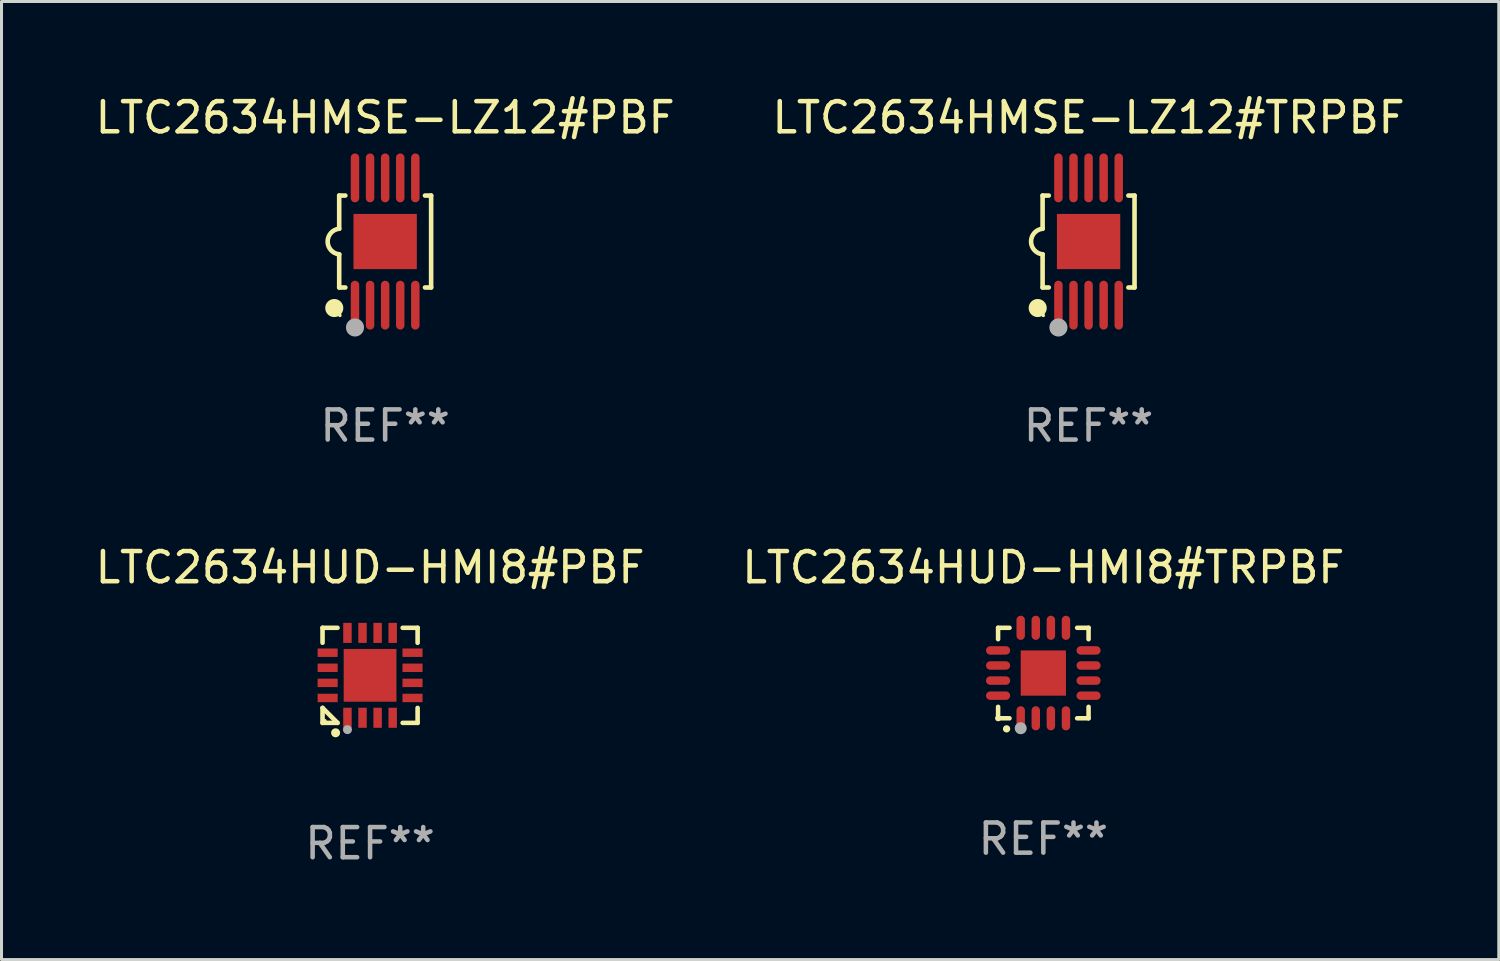
<source format=kicad_pcb>
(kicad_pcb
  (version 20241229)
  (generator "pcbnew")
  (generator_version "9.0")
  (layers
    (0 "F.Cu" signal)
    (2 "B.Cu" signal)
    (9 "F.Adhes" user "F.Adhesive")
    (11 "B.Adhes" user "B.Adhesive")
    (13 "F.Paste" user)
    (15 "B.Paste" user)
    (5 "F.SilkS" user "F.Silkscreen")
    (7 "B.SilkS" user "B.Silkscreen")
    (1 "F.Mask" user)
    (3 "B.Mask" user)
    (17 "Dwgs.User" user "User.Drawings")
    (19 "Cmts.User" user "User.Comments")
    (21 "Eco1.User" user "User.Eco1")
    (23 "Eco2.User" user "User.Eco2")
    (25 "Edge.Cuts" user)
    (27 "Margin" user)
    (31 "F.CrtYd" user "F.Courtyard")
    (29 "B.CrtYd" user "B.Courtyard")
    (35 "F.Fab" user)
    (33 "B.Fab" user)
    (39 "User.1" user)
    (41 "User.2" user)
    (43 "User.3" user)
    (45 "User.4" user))
  (footprint "LTC2634HUD-HMI8#PBF"
    (layer "F.Cu")
    (at 9.22 19.341)
    (property "Reference" "LTC2634HUD-HMI8#PBF" (at 0 -3.576 0) (layer "F.SilkS") (effects (font (size 1 1) (thickness 0.15))))
    (attr through_hole)
    (fp_line (start -1.576 -1.576) (end -1.08 -1.576) (stroke (width 0.152) (type solid)) (layer "F.SilkS"))
    (fp_line (start -1.576 -1.08) (end -1.576 -1.576) (stroke (width 0.152) (type solid)) (layer "F.SilkS"))
    (fp_line (start -1.576 1.08) (end -1.576 1.576) (stroke (width 0.152) (type solid)) (layer "F.SilkS"))
    (fp_line (start -1.576 1.576) (end -1.08 1.576) (stroke (width 0.152) (type solid)) (layer "F.SilkS"))
    (fp_line (start -1.08 1.576) (end -1.576 1.08) (stroke (width 0.152) (type solid)) (layer "F.SilkS"))
    (fp_line (start 1.576 -1.576) (end 1.08 -1.576) (stroke (width 0.152) (type solid)) (layer "F.SilkS"))
    (fp_line (start 1.576 -1.08) (end 1.576 -1.576) (stroke (width 0.152) (type solid)) (layer "F.SilkS"))
    (fp_line (start 1.576 1.08) (end 1.576 1.576) (stroke (width 0.152) (type solid)) (layer "F.SilkS"))
    (fp_line (start 1.576 1.576) (end 1.08 1.576) (stroke (width 0.152) (type solid)) (layer "F.SilkS"))
    (fp_circle (center -1.5 1.5) (end -1.47 1.5) (stroke (width 0.06) (type solid)) (fill no) (layer "F.SilkS"))
    (fp_circle (center -1.143 1.905) (end -1.068 1.905) (stroke (width 0.15) (type solid)) (fill no) (layer "F.SilkS"))
    (fp_circle (center -0.75 1.8) (end -0.675 1.8) (stroke (width 0.15) (type solid)) (fill no) (layer "F.Fab"))
    (fp_text user "REF**" (at 0 5.576 0) (layer "F.Fab") (effects (font (size 1 1) (thickness 0.15))))
    (pad "1" smd rect (at -0.75 1.407) (size 0.28 0.665) (layers "F.Cu" "F.Mask" "F.Paste"))
    (pad "2" smd rect (at -0.25 1.407) (size 0.28 0.665) (layers "F.Cu" "F.Mask" "F.Paste"))
    (pad "3" smd rect (at 0.25 1.407) (size 0.28 0.665) (layers "F.Cu" "F.Mask" "F.Paste"))
    (pad "4" smd rect (at 0.75 1.407) (size 0.28 0.665) (layers "F.Cu" "F.Mask" "F.Paste"))
    (pad "5" smd rect (at 1.407 0.75) (size 0.665 0.28) (layers "F.Cu" "F.Mask" "F.Paste"))
    (pad "6" smd rect (at 1.407 0.25) (size 0.665 0.28) (layers "F.Cu" "F.Mask" "F.Paste"))
    (pad "7" smd rect (at 1.407 -0.25) (size 0.665 0.28) (layers "F.Cu" "F.Mask" "F.Paste"))
    (pad "8" smd rect (at 1.407 -0.75) (size 0.665 0.28) (layers "F.Cu" "F.Mask" "F.Paste"))
    (pad "9" smd rect (at 0.75 -1.407) (size 0.28 0.665) (layers "F.Cu" "F.Mask" "F.Paste"))
    (pad "10" smd rect (at 0.25 -1.407) (size 0.28 0.665) (layers "F.Cu" "F.Mask" "F.Paste"))
    (pad "11" smd rect (at -0.25 -1.407) (size 0.28 0.665) (layers "F.Cu" "F.Mask" "F.Paste"))
    (pad "12" smd rect (at -0.75 -1.407) (size 0.28 0.665) (layers "F.Cu" "F.Mask" "F.Paste"))
    (pad "13" smd rect (at -1.407 -0.75) (size 0.665 0.28) (layers "F.Cu" "F.Mask" "F.Paste"))
    (pad "14" smd rect (at -1.407 -0.25) (size 0.665 0.28) (layers "F.Cu" "F.Mask" "F.Paste"))
    (pad "15" smd rect (at -1.407 0.25) (size 0.665 0.28) (layers "F.Cu" "F.Mask" "F.Paste"))
    (pad "16" smd rect (at -1.407 0.75) (size 0.665 0.28) (layers "F.Cu" "F.Mask" "F.Paste"))
    (pad "17" smd rect (at 0 0) (size 1.75 1.75) (layers "F.Cu" "F.Mask" "F.Paste")))
  (footprint "LTC2634HMSE-LZ12#PBF"
    (layer "F.Cu")
    (at 9.72 4.958)
    (property "Reference" "LTC2634HMSE-LZ12#PBF" (at 0 -4.11 0) (layer "F.SilkS") (effects (font (size 1 1) (thickness 0.15))))
    (attr through_hole)
    (fp_line (start -1.524 -1.524) (end -1.524 -0.424) (stroke (width 0.152) (type solid)) (layer "F.SilkS"))
    (fp_line (start -1.524 1.524) (end -1.524 0.424) (stroke (width 0.152) (type solid)) (layer "F.SilkS"))
    (fp_line (start -1.524 1.524) (end -1.32 1.524) (stroke (width 0.152) (type solid)) (layer "F.SilkS"))
    (fp_line (start -1.32 -1.524) (end -1.524 -1.524) (stroke (width 0.152) (type solid)) (layer "F.SilkS"))
    (fp_line (start 1.32 1.524) (end 1.524 1.524) (stroke (width 0.152) (type solid)) (layer "F.SilkS"))
    (fp_line (start 1.524 -1.524) (end 1.32 -1.524) (stroke (width 0.152) (type solid)) (layer "F.SilkS"))
    (fp_line (start 1.524 1.524) (end 1.524 -1.524) (stroke (width 0.152) (type solid)) (layer "F.SilkS"))
    (fp_arc (start -1.524003 0.424003) (mid -1.906663 -0.000089) (end -1.524004 -0.424181) (stroke (width 0.151994) (type solid)) (layer "F.SilkS"))
    (fp_circle (center -1.687 2.205) (end -1.537 2.205) (stroke (width 0.3) (type solid)) (fill no) (layer "F.SilkS"))
    (fp_circle (center -1.5 2.45) (end -1.47 2.45) (stroke (width 0.06) (type solid)) (fill no) (layer "F.SilkS"))
    (fp_circle (center -1 2.85) (end -0.85 2.85) (stroke (width 0.3) (type solid)) (fill no) (layer "F.Fab"))
    (fp_text user "REF**" (at 0 6.11 0) (layer "F.Fab") (effects (font (size 1 1) (thickness 0.15))))
    (pad "1" smd oval (at -1 2.11) (size 0.28 1.62) (layers "F.Cu" "F.Mask" "F.Paste"))
    (pad "2" smd oval (at -0.5 2.11) (size 0.28 1.62) (layers "F.Cu" "F.Mask" "F.Paste"))
    (pad "3" smd oval (at 0 2.11) (size 0.28 1.62) (layers "F.Cu" "F.Mask" "F.Paste"))
    (pad "4" smd oval (at 0.5 2.11) (size 0.28 1.62) (layers "F.Cu" "F.Mask" "F.Paste"))
    (pad "5" smd oval (at 1 2.11) (size 0.28 1.62) (layers "F.Cu" "F.Mask" "F.Paste"))
    (pad "6" smd oval (at 1 -2.11) (size 0.28 1.62) (layers "F.Cu" "F.Mask" "F.Paste"))
    (pad "7" smd oval (at 0.5 -2.11) (size 0.28 1.62) (layers "F.Cu" "F.Mask" "F.Paste"))
    (pad "8" smd oval (at 0 -2.11) (size 0.28 1.62) (layers "F.Cu" "F.Mask" "F.Paste"))
    (pad "9" smd oval (at -0.5 -2.11) (size 0.28 1.62) (layers "F.Cu" "F.Mask" "F.Paste"))
    (pad "10" smd oval (at -1 -2.11) (size 0.28 1.62) (layers "F.Cu" "F.Mask" "F.Paste"))
    (pad "11" smd rect (at 0 0) (size 2.1 1.83) (layers "F.Cu" "F.Mask" "F.Paste")))
  (footprint "LTC2634HUD-HMI8#TRPBF"
    (layer "F.Cu")
    (at 31.542 19.265)
    (property "Reference" "LTC2634HUD-HMI8#TRPBF" (at 0 -3.5 0) (layer "F.SilkS") (effects (font (size 1 1) (thickness 0.15))))
    (attr through_hole)
    (fp_line (start -1.5 -1.5) (end -1.121 -1.5) (stroke (width 0.15) (type solid)) (layer "F.SilkS"))
    (fp_line (start -1.5 -1.122) (end -1.5 -1.5) (stroke (width 0.15) (type solid)) (layer "F.SilkS"))
    (fp_line (start -1.5 1.5) (end -1.5 1.121) (stroke (width 0.15) (type solid)) (layer "F.SilkS"))
    (fp_line (start -1.121 1.5) (end -1.5 1.5) (stroke (width 0.15) (type solid)) (layer "F.SilkS"))
    (fp_line (start 1.121 -1.5) (end 1.5 -1.5) (stroke (width 0.15) (type solid)) (layer "F.SilkS"))
    (fp_line (start 1.5 -1.5) (end 1.5 -1.122) (stroke (width 0.15) (type solid)) (layer "F.SilkS"))
    (fp_line (start 1.5 1.121) (end 1.5 1.5) (stroke (width 0.15) (type solid)) (layer "F.SilkS"))
    (fp_line (start 1.5 1.5) (end 1.121 1.5) (stroke (width 0.15) (type solid)) (layer "F.SilkS"))
    (fp_arc (start -1.219926 1.850254) (mid -1.21891 1.85025) (end -1.217894 1.850254) (stroke (width 0.240005) (type solid)) (layer "F.SilkS"))
    (fp_circle (center -1.5 1.5) (end -1.45 1.5) (stroke (width 0.1) (type solid)) (fill no) (layer "F.SilkS"))
    (fp_circle (center -0.75 1.83) (end -0.65 1.83) (stroke (width 0.2) (type solid)) (fill no) (layer "F.Fab"))
    (fp_text user "REF**" (at 0 5.5 0) (layer "F.Fab") (effects (font (size 1 1) (thickness 0.15))))
    (pad "1" smd oval (at -0.75 1.5) (size 0.28 0.8) (layers "F.Cu" "F.Mask" "F.Paste"))
    (pad "2" smd oval (at -0.25 1.5) (size 0.28 0.8) (layers "F.Cu" "F.Mask" "F.Paste"))
    (pad "3" smd oval (at 0.25 1.5) (size 0.28 0.8) (layers "F.Cu" "F.Mask" "F.Paste"))
    (pad "4" smd oval (at 0.75 1.5) (size 0.28 0.8) (layers "F.Cu" "F.Mask" "F.Paste"))
    (pad "5" smd oval (at 1.5 0.75) (size 0.8 0.28) (layers "F.Cu" "F.Mask" "F.Paste"))
    (pad "6" smd oval (at 1.5 0.25) (size 0.8 0.28) (layers "F.Cu" "F.Mask" "F.Paste"))
    (pad "7" smd oval (at 1.5 -0.25) (size 0.8 0.28) (layers "F.Cu" "F.Mask" "F.Paste"))
    (pad "8" smd oval (at 1.5 -0.75) (size 0.8 0.28) (layers "F.Cu" "F.Mask" "F.Paste"))
    (pad "9" smd oval (at 0.75 -1.5) (size 0.28 0.8) (layers "F.Cu" "F.Mask" "F.Paste"))
    (pad "10" smd oval (at 0.25 -1.5) (size 0.28 0.8) (layers "F.Cu" "F.Mask" "F.Paste"))
    (pad "11" smd oval (at -0.25 -1.5) (size 0.28 0.8) (layers "F.Cu" "F.Mask" "F.Paste"))
    (pad "12" smd oval (at -0.75 -1.5) (size 0.28 0.8) (layers "F.Cu" "F.Mask" "F.Paste"))
    (pad "13" smd oval (at -1.5 -0.75) (size 0.8 0.28) (layers "F.Cu" "F.Mask" "F.Paste"))
    (pad "14" smd oval (at -1.5 -0.25) (size 0.8 0.28) (layers "F.Cu" "F.Mask" "F.Paste"))
    (pad "15" smd oval (at -1.5 0.25) (size 0.8 0.28) (layers "F.Cu" "F.Mask" "F.Paste"))
    (pad "16" smd oval (at -1.5 0.75) (size 0.8 0.28) (layers "F.Cu" "F.Mask" "F.Paste"))
    (pad "17" smd rect (at -0.000064 0.000165) (size 1.5 1.5) (layers "F.Cu" "F.Mask" "F.Paste")))
  (footprint "LTC2634HMSE-LZ12#TRPBF"
    (layer "F.Cu")
    (at 33.042 4.958)
    (property "Reference" "LTC2634HMSE-LZ12#TRPBF" (at 0 -4.11 0) (layer "F.SilkS") (effects (font (size 1 1) (thickness 0.15))))
    (attr through_hole)
    (fp_line (start -1.524 -1.524) (end -1.524 -0.424) (stroke (width 0.152) (type solid)) (layer "F.SilkS"))
    (fp_line (start -1.524 1.524) (end -1.524 0.424) (stroke (width 0.152) (type solid)) (layer "F.SilkS"))
    (fp_line (start -1.524 1.524) (end -1.32 1.524) (stroke (width 0.152) (type solid)) (layer "F.SilkS"))
    (fp_line (start -1.32 -1.524) (end -1.524 -1.524) (stroke (width 0.152) (type solid)) (layer "F.SilkS"))
    (fp_line (start 1.32 1.524) (end 1.524 1.524) (stroke (width 0.152) (type solid)) (layer "F.SilkS"))
    (fp_line (start 1.524 -1.524) (end 1.32 -1.524) (stroke (width 0.152) (type solid)) (layer "F.SilkS"))
    (fp_line (start 1.524 1.524) (end 1.524 -1.524) (stroke (width 0.152) (type solid)) (layer "F.SilkS"))
    (fp_arc (start -1.524003 0.424003) (mid -1.906663 -0.000089) (end -1.524004 -0.424181) (stroke (width 0.151994) (type solid)) (layer "F.SilkS"))
    (fp_circle (center -1.687 2.205) (end -1.537 2.205) (stroke (width 0.3) (type solid)) (fill no) (layer "F.SilkS"))
    (fp_circle (center -1.5 2.45) (end -1.47 2.45) (stroke (width 0.06) (type solid)) (fill no) (layer "F.SilkS"))
    (fp_circle (center -1 2.85) (end -0.85 2.85) (stroke (width 0.3) (type solid)) (fill no) (layer "F.Fab"))
    (fp_text user "REF**" (at 0 6.11 0) (layer "F.Fab") (effects (font (size 1 1) (thickness 0.15))))
    (pad "1" smd oval (at -1 2.11) (size 0.28 1.62) (layers "F.Cu" "F.Mask" "F.Paste"))
    (pad "2" smd oval (at -0.5 2.11) (size 0.28 1.62) (layers "F.Cu" "F.Mask" "F.Paste"))
    (pad "3" smd oval (at 0 2.11) (size 0.28 1.62) (layers "F.Cu" "F.Mask" "F.Paste"))
    (pad "4" smd oval (at 0.5 2.11) (size 0.28 1.62) (layers "F.Cu" "F.Mask" "F.Paste"))
    (pad "5" smd oval (at 1 2.11) (size 0.28 1.62) (layers "F.Cu" "F.Mask" "F.Paste"))
    (pad "6" smd oval (at 1 -2.11) (size 0.28 1.62) (layers "F.Cu" "F.Mask" "F.Paste"))
    (pad "7" smd oval (at 0.5 -2.11) (size 0.28 1.62) (layers "F.Cu" "F.Mask" "F.Paste"))
    (pad "8" smd oval (at 0 -2.11) (size 0.28 1.62) (layers "F.Cu" "F.Mask" "F.Paste"))
    (pad "9" smd oval (at -0.5 -2.11) (size 0.28 1.62) (layers "F.Cu" "F.Mask" "F.Paste"))
    (pad "10" smd oval (at -1 -2.11) (size 0.28 1.62) (layers "F.Cu" "F.Mask" "F.Paste"))
    (pad "11" smd rect (at 0 0) (size 2.1 1.83) (layers "F.Cu" "F.Mask" "F.Paste")))
  (gr_rect
    (start -3 -3)
    (end 46.643 28.765)
    (stroke (width 0.1) (type default))
    (fill no)
    (layer "Edge.Cuts")))
</source>
